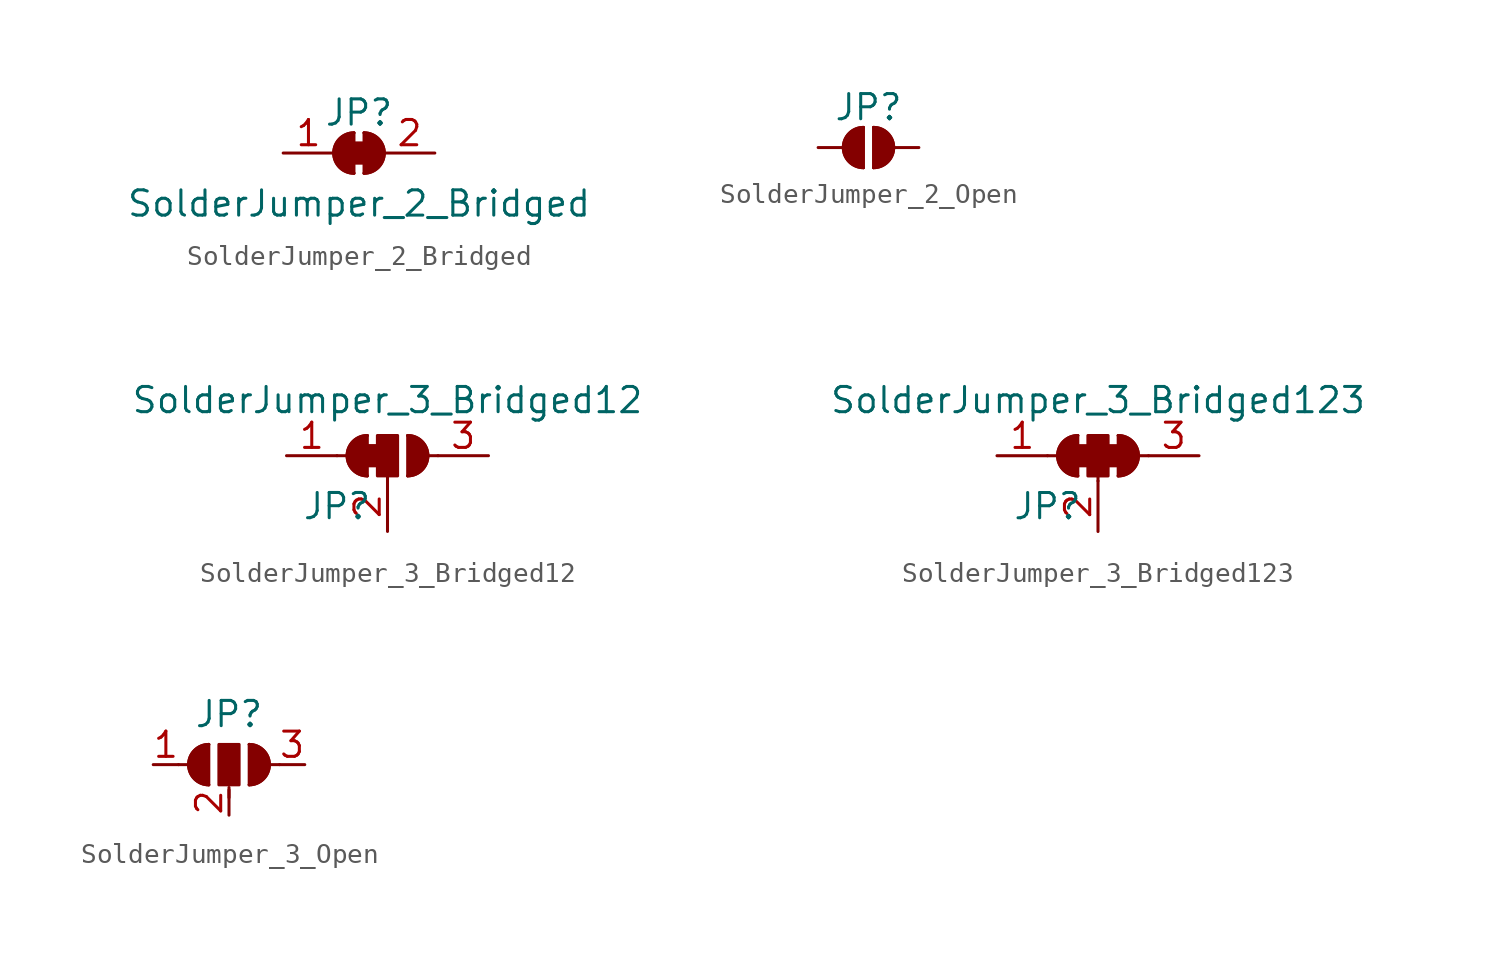
<source format=kicad_sym>
(kicad_symbol_lib
  (version 20220914)
  (generator kicad_symbol_editor)
  (symbol "SolderJumper_2_Bridged"
    (pin_names
      (offset 0) hide)
    (property "Reference" "JP"
      (at 0 2.032 0)
      (effects (font (size 1.27 1.27))))
    (property "Value" "SolderJumper_2_Bridged"
      (at 0 -2.54 0)
      (effects (font (size 1.27 1.27))))
    (symbol "SolderJumper_2_Bridged_0_1"
      (rectangle (start -0.508 0.508) (end 0.508 -0.508) (stroke (width 0) (type solid)) (fill (type outline)))
      (arc (start -0.254 1.016) (mid -1.2656 0) (end -0.254 -1.016) (stroke (width 0) (type solid)) (fill (type none)))
      (arc (start -0.254 1.016) (mid -1.2656 0) (end -0.254 -1.016) (stroke (width 0) (type solid)) (fill (type outline)))
      (polyline (pts (xy -0.254 1.016) (xy -0.254 -1.016)) (stroke (width 0) (type solid)) (fill (type none)))
      (polyline (pts (xy 0.254 1.016) (xy 0.254 -1.016)) (stroke (width 0) (type solid)) (fill (type none)))
      (arc (start 0.254 -1.016) (mid 1.2656 0) (end 0.254 1.016) (stroke (width 0) (type solid)) (fill (type none)))
      (arc (start 0.254 -1.016) (mid 1.2656 0) (end 0.254 1.016) (stroke (width 0) (type solid)) (fill (type outline))))
    (symbol "SolderJumper_2_Bridged_1_1"
      (pin passive line (at -3.81 0 0) (length 2.54) (name "A" (effects (font (size 1.27 1.27)))) (number "1" (effects (font (size 1.27 1.27)))))
      (pin passive line (at 3.81 0 180) (length 2.54) (name "B" (effects (font (size 1.27 1.27)))) (number "2" (effects (font (size 1.27 1.27)))))))
  (symbol "SolderJumper_2_Open"
    (pin_numbers hide)
    (pin_names
      (offset 0) hide)
    (property "Reference" "JP"
      (at 0 2.032 0)
      (effects (font (size 1.27 1.27))))
    (symbol "SolderJumper_2_Open_0_1"
      (arc (start -0.254 1.016) (mid -1.2656 0) (end -0.254 -1.016) (stroke (width 0) (type solid)) (fill (type none)))
      (arc (start -0.254 1.016) (mid -1.2656 0) (end -0.254 -1.016) (stroke (width 0) (type solid)) (fill (type outline)))
      (polyline (pts (xy -0.254 1.016) (xy -0.254 -1.016)) (stroke (width 0) (type solid)) (fill (type none)))
      (polyline (pts (xy 0.254 1.016) (xy 0.254 -1.016)) (stroke (width 0) (type solid)) (fill (type none)))
      (arc (start 0.254 -1.016) (mid 1.2656 0) (end 0.254 1.016) (stroke (width 0) (type solid)) (fill (type none)))
      (arc (start 0.254 -1.016) (mid 1.2656 0) (end 0.254 1.016) (stroke (width 0) (type solid)) (fill (type outline))))
    (symbol "SolderJumper_2_Open_1_1"
      (pin passive line (at -2.54 0 0) (length 1.27) (name "A" (effects (font (size 1.27 1.27)))) (number "1" (effects (font (size 1.27 1.27)))))
      (pin passive line (at 2.54 0 180) (length 1.27) (name "B" (effects (font (size 1.27 1.27)))) (number "2" (effects (font (size 1.27 1.27)))))))
  (symbol "SolderJumper_3_Bridged12"
    (pin_names
      (offset 0) hide)
    (property "Reference" "JP"
      (at -2.54 -2.54 0)
      (effects (font (size 1.27 1.27))))
    (property "Value" "SolderJumper_3_Bridged12"
      (at 0 2.794 0)
      (effects (font (size 1.27 1.27))))
    (symbol "SolderJumper_3_Bridged12_0_1"
      (rectangle (start -1.016 0.508) (end -0.508 -0.508) (stroke (width 0) (type solid)) (fill (type outline)))
      (arc (start -1.016 1.016) (mid -2.0276 0) (end -1.016 -1.016) (stroke (width 0) (type solid)) (fill (type none)))
      (arc (start -1.016 1.016) (mid -2.0276 0) (end -1.016 -1.016) (stroke (width 0) (type solid)) (fill (type outline)))
      (rectangle (start -0.508 1.016) (end 0.508 -1.016) (stroke (width 0) (type solid)) (fill (type outline)))
      (polyline (pts (xy -2.54 0) (xy -2.032 0)) (stroke (width 0) (type solid)) (fill (type none)))
      (polyline (pts (xy -1.016 1.016) (xy -1.016 -1.016)) (stroke (width 0) (type solid)) (fill (type none)))
      (polyline (pts (xy 0 -1.27) (xy 0 -1.016)) (stroke (width 0) (type solid)) (fill (type none)))
      (polyline (pts (xy 1.016 1.016) (xy 1.016 -1.016)) (stroke (width 0) (type solid)) (fill (type none)))
      (polyline (pts (xy 2.54 0) (xy 2.032 0)) (stroke (width 0) (type solid)) (fill (type none)))
      (arc (start 1.016 -1.016) (mid 2.0276 0) (end 1.016 1.016) (stroke (width 0) (type solid)) (fill (type none)))
      (arc (start 1.016 -1.016) (mid 2.0276 0) (end 1.016 1.016) (stroke (width 0) (type solid)) (fill (type outline))))
    (symbol "SolderJumper_3_Bridged12_1_1"
      (pin passive line (at -5.08 0 0) (length 2.54) (name "A" (effects (font (size 1.27 1.27)))) (number "1" (effects (font (size 1.27 1.27)))))
      (pin input line (at 0 -3.81 90) (length 2.54) (name "C" (effects (font (size 1.27 1.27)))) (number "2" (effects (font (size 1.27 1.27)))))
      (pin passive line (at 5.08 0 180) (length 2.54) (name "B" (effects (font (size 1.27 1.27)))) (number "3" (effects (font (size 1.27 1.27)))))))
  (symbol "SolderJumper_3_Bridged123"
    (pin_names
      (offset 0) hide)
    (property "Reference" "JP"
      (at -2.54 -2.54 0)
      (effects (font (size 1.27 1.27))))
    (property "Value" "SolderJumper_3_Bridged123"
      (at 0 2.794 0)
      (effects (font (size 1.27 1.27))))
    (symbol "SolderJumper_3_Bridged123_0_1"
      (rectangle (start -1.016 0.508) (end -0.508 -0.508) (stroke (width 0) (type solid)) (fill (type outline)))
      (arc (start -1.016 1.016) (mid -2.0276 0) (end -1.016 -1.016) (stroke (width 0) (type solid)) (fill (type none)))
      (arc (start -1.016 1.016) (mid -2.0276 0) (end -1.016 -1.016) (stroke (width 0) (type solid)) (fill (type outline)))
      (rectangle (start -0.508 1.016) (end 0.508 -1.016) (stroke (width 0) (type solid)) (fill (type outline)))
      (polyline (pts (xy -2.54 0) (xy -2.032 0)) (stroke (width 0) (type solid)) (fill (type none)))
      (polyline (pts (xy -1.016 1.016) (xy -1.016 -1.016)) (stroke (width 0) (type solid)) (fill (type none)))
      (polyline (pts (xy 0 -1.27) (xy 0 -1.016)) (stroke (width 0) (type solid)) (fill (type none)))
      (polyline (pts (xy 1.016 1.016) (xy 1.016 -1.016)) (stroke (width 0) (type solid)) (fill (type none)))
      (polyline (pts (xy 2.54 0) (xy 2.032 0)) (stroke (width 0) (type solid)) (fill (type none)))
      (rectangle (start 0.508 0.508) (end 1.016 -0.508) (stroke (width 0) (type solid)) (fill (type outline)))
      (arc (start 1.016 -1.016) (mid 2.0276 0) (end 1.016 1.016) (stroke (width 0) (type solid)) (fill (type none)))
      (arc (start 1.016 -1.016) (mid 2.0276 0) (end 1.016 1.016) (stroke (width 0) (type solid)) (fill (type outline))))
    (symbol "SolderJumper_3_Bridged123_1_1"
      (pin passive line (at -5.08 0 0) (length 2.54) (name "A" (effects (font (size 1.27 1.27)))) (number "1" (effects (font (size 1.27 1.27)))))
      (pin input line (at 0 -3.81 90) (length 2.54) (name "C" (effects (font (size 1.27 1.27)))) (number "2" (effects (font (size 1.27 1.27)))))
      (pin passive line (at 5.08 0 180) (length 2.54) (name "B" (effects (font (size 1.27 1.27)))) (number "3" (effects (font (size 1.27 1.27)))))))
  (symbol "SolderJumper_3_Open"
    (pin_names
      (offset 0) hide)
    (property "Reference" "JP"
      (at 0 2.54 0)
      (effects (font (size 1.27 1.27))))
    (symbol "SolderJumper_3_Open_0_1"
      (arc (start -1.016 1.016) (mid -2.0276 0) (end -1.016 -1.016) (stroke (width 0) (type solid)) (fill (type none)))
      (arc (start -1.016 1.016) (mid -2.0276 0) (end -1.016 -1.016) (stroke (width 0) (type solid)) (fill (type outline)))
      (rectangle (start -0.508 1.016) (end 0.508 -1.016) (stroke (width 0) (type solid)) (fill (type outline)))
      (polyline (pts (xy -2.54 0) (xy -2.032 0)) (stroke (width 0) (type solid)) (fill (type none)))
      (polyline (pts (xy -1.016 1.016) (xy -1.016 -1.016)) (stroke (width 0) (type solid)) (fill (type none)))
      (polyline (pts (xy 0 -1.15) (xy 0 -1.658)) (stroke (width 0) (type solid)) (fill (type none)))
      (polyline (pts (xy 1.016 1.016) (xy 1.016 -1.016)) (stroke (width 0) (type solid)) (fill (type none)))
      (polyline (pts (xy 2.54 0) (xy 2.032 0)) (stroke (width 0) (type solid)) (fill (type none)))
      (arc (start 1.016 -1.016) (mid 2.0276 0) (end 1.016 1.016) (stroke (width 0) (type solid)) (fill (type none)))
      (arc (start 1.016 -1.016) (mid 2.0276 0) (end 1.016 1.016) (stroke (width 0) (type solid)) (fill (type outline))))
    (symbol "SolderJumper_3_Open_1_1"
      (pin passive line (at -3.81 0 0) (length 1.27) (name "A" (effects (font (size 1.27 1.27)))) (number "1" (effects (font (size 1.27 1.27)))))
      (pin input line (at 0 -2.54 90) (length 1.27) (name "C" (effects (font (size 1.27 1.27)))) (number "2" (effects (font (size 1.27 1.27)))))
      (pin passive line (at 3.81 0 180) (length 1.27) (name "B" (effects (font (size 1.27 1.27)))) (number "3" (effects (font (size 1.27 1.27))))))))
</source>
